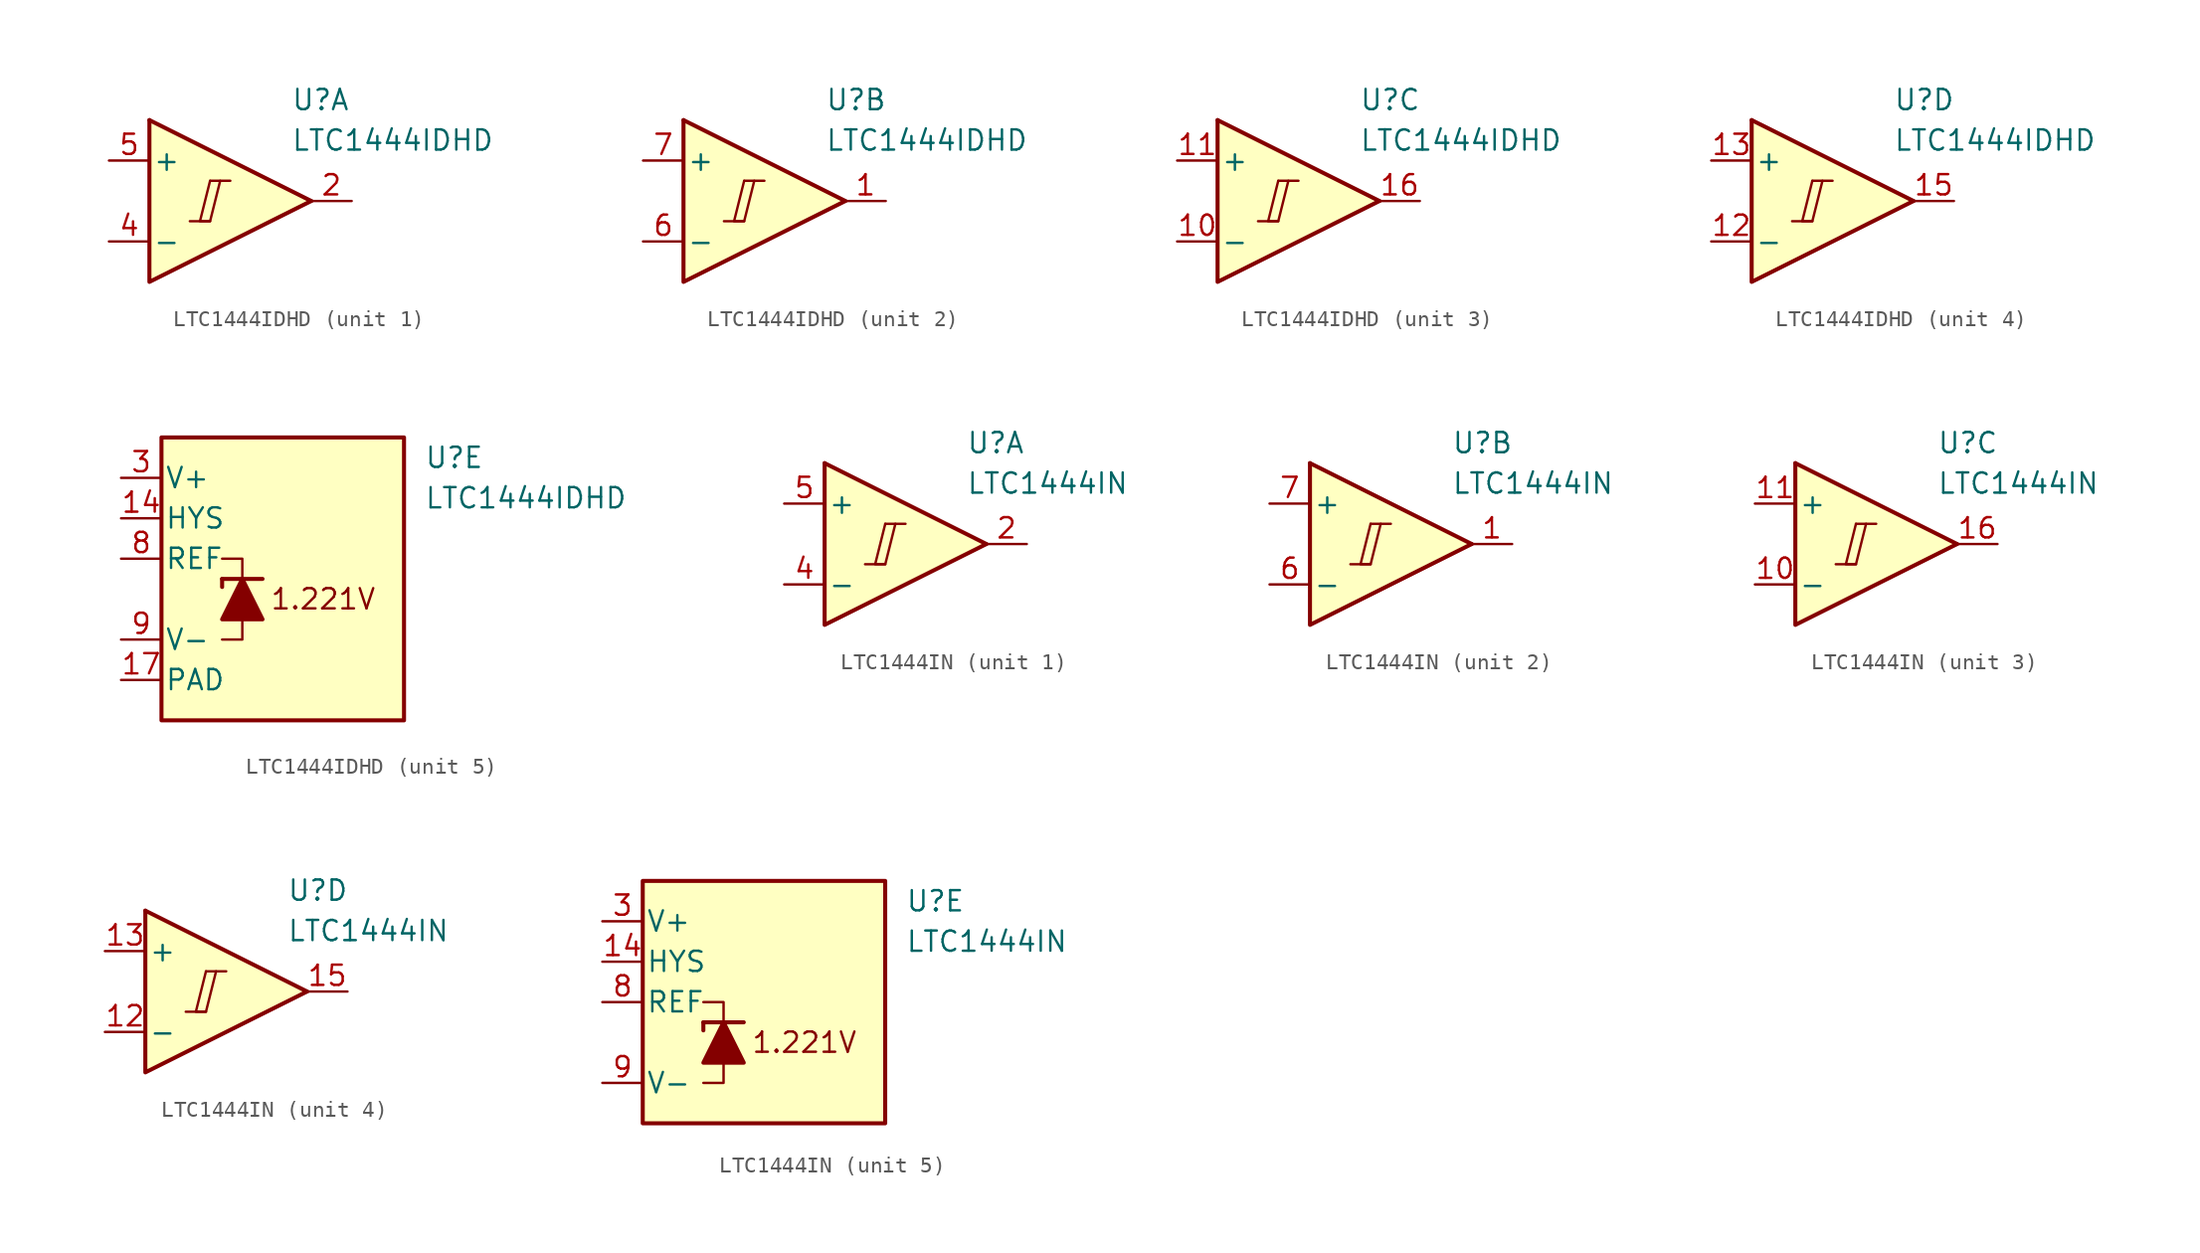
<source format=kicad_sym>
(kicad_symbol_lib
  (version 20211014)
  (generator kicad_symbol_editor)
  (symbol "LTC1444IDHD"
    (pin_names
      (offset 0.2))
    (property "Reference" "U"
      (at 5.08 6.35 0)
      (effects (font (size 1.27 1.27)) (justify left)))
    (property "Value" "LTC1444IDHD"
      (at 5.08 3.81 0)
      (effects (font (size 1.27 1.27)) (justify left)))
    (property "ki_locked" ""
      (at 0 0 0)
      (effects (font (size 1.27 1.27))))
    (symbol "LTC1444IDHD_1_0"
      (polyline (pts (xy -1.27 -1.27) (xy 0 -1.27)) (stroke (width 0.152) (type default) (color 0 0 0 0)) (fill (type none)))
      (polyline (pts (xy 0 1.27) (xy 1.27 1.27)) (stroke (width 0.152) (type default) (color 0 0 0 0)) (fill (type none)))
      (polyline (pts (xy 0 1.27) (xy -0.635 -1.27) (xy 0 -1.27) (xy 0.635 1.27)) (stroke (width 0.152) (type default) (color 0 0 0 0)) (fill (type none))))
    (symbol "LTC1444IDHD_1_1"
      (polyline (pts (xy -3.81 5.08) (xy 6.35 0)) (stroke (width 0.254) (type default) (color 0 0 0 0)) (fill (type none)))
      (polyline (pts (xy -3.81 5.08) (xy -3.81 -5.08) (xy 6.35 0)) (stroke (width 0.254) (type default) (color 0 0 0 0)) (fill (type background)))
      (pin output line (at 8.89 0 180) (length 2.54) (name "~" (effects (font (size 1.27 1.27)))) (number "2" (effects (font (size 1.27 1.27)))))
      (pin input line (at -6.35 -2.54 0) (length 2.54) (name "-" (effects (font (size 1.27 1.27)))) (number "4" (effects (font (size 1.27 1.27)))))
      (pin input line (at -6.35 2.54 0) (length 2.54) (name "+" (effects (font (size 1.27 1.27)))) (number "5" (effects (font (size 1.27 1.27))))))
    (symbol "LTC1444IDHD_2_0"
      (polyline (pts (xy -1.27 -1.27) (xy 0 -1.27)) (stroke (width 0.152) (type default) (color 0 0 0 0)) (fill (type none)))
      (polyline (pts (xy 0 1.27) (xy 1.27 1.27)) (stroke (width 0.152) (type default) (color 0 0 0 0)) (fill (type none)))
      (polyline (pts (xy 0 1.27) (xy -0.635 -1.27) (xy 0 -1.27) (xy 0.635 1.27)) (stroke (width 0.152) (type default) (color 0 0 0 0)) (fill (type none))))
    (symbol "LTC1444IDHD_2_1"
      (polyline (pts (xy -3.81 5.08) (xy 6.35 0)) (stroke (width 0.254) (type default) (color 0 0 0 0)) (fill (type none)))
      (polyline (pts (xy -3.81 5.08) (xy -3.81 -5.08) (xy 6.35 0)) (stroke (width 0.254) (type default) (color 0 0 0 0)) (fill (type background)))
      (pin output line (at 8.89 0 180) (length 2.54) (name "~" (effects (font (size 1.27 1.27)))) (number "1" (effects (font (size 1.27 1.27)))))
      (pin input line (at -6.35 -2.54 0) (length 2.54) (name "-" (effects (font (size 1.27 1.27)))) (number "6" (effects (font (size 1.27 1.27)))))
      (pin input line (at -6.35 2.54 0) (length 2.54) (name "+" (effects (font (size 1.27 1.27)))) (number "7" (effects (font (size 1.27 1.27))))))
    (symbol "LTC1444IDHD_3_0"
      (polyline (pts (xy -1.27 -1.27) (xy 0 -1.27)) (stroke (width 0.152) (type default) (color 0 0 0 0)) (fill (type none)))
      (polyline (pts (xy 0 1.27) (xy 1.27 1.27)) (stroke (width 0.152) (type default) (color 0 0 0 0)) (fill (type none)))
      (polyline (pts (xy 0 1.27) (xy -0.635 -1.27) (xy 0 -1.27) (xy 0.635 1.27)) (stroke (width 0.152) (type default) (color 0 0 0 0)) (fill (type none))))
    (symbol "LTC1444IDHD_3_1"
      (polyline (pts (xy -3.81 5.08) (xy 6.35 0)) (stroke (width 0.254) (type default) (color 0 0 0 0)) (fill (type none)))
      (polyline (pts (xy -3.81 5.08) (xy -3.81 -5.08) (xy 6.35 0)) (stroke (width 0.254) (type default) (color 0 0 0 0)) (fill (type background)))
      (pin input line (at -6.35 -2.54 0) (length 2.54) (name "-" (effects (font (size 1.27 1.27)))) (number "10" (effects (font (size 1.27 1.27)))))
      (pin input line (at -6.35 2.54 0) (length 2.54) (name "+" (effects (font (size 1.27 1.27)))) (number "11" (effects (font (size 1.27 1.27)))))
      (pin output line (at 8.89 0 180) (length 2.54) (name "~" (effects (font (size 1.27 1.27)))) (number "16" (effects (font (size 1.27 1.27))))))
    (symbol "LTC1444IDHD_4_0"
      (polyline (pts (xy -1.27 -1.27) (xy 0 -1.27)) (stroke (width 0.152) (type default) (color 0 0 0 0)) (fill (type none)))
      (polyline (pts (xy 0 1.27) (xy 1.27 1.27)) (stroke (width 0.152) (type default) (color 0 0 0 0)) (fill (type none)))
      (polyline (pts (xy 0 1.27) (xy -0.635 -1.27) (xy 0 -1.27) (xy 0.635 1.27)) (stroke (width 0.152) (type default) (color 0 0 0 0)) (fill (type none))))
    (symbol "LTC1444IDHD_4_1"
      (polyline (pts (xy -3.81 5.08) (xy 6.35 0)) (stroke (width 0.254) (type default) (color 0 0 0 0)) (fill (type none)))
      (polyline (pts (xy -3.81 5.08) (xy -3.81 -5.08) (xy 6.35 0)) (stroke (width 0.254) (type default) (color 0 0 0 0)) (fill (type background)))
      (pin input line (at -6.35 -2.54 0) (length 2.54) (name "-" (effects (font (size 1.27 1.27)))) (number "12" (effects (font (size 1.27 1.27)))))
      (pin input line (at -6.35 2.54 0) (length 2.54) (name "+" (effects (font (size 1.27 1.27)))) (number "13" (effects (font (size 1.27 1.27)))))
      (pin output line (at 8.89 0 180) (length 2.54) (name "~" (effects (font (size 1.27 1.27)))) (number "15" (effects (font (size 1.27 1.27))))))
    (symbol "LTC1444IDHD_5_0"
      (text "1.221V" (at -1.27 -2.54 0) (effects (font (size 1.27 1.27)))))
    (symbol "LTC1444IDHD_5_1"
      (rectangle (start -11.43 7.62) (end 3.81 -10.16) (stroke (width 0.254) (type default) (color 0 0 0 0)) (fill (type background)))
      (polyline (pts (xy -7.62 -1.27) (xy -7.62 -1.778)) (stroke (width 0.254) (type default) (color 0 0 0 0)) (fill (type none)))
      (polyline (pts (xy -7.62 -1.27) (xy -5.08 -1.27)) (stroke (width 0.254) (type default) (color 0 0 0 0)) (fill (type none)))
      (polyline (pts (xy -6.35 -3.81) (xy -6.35 -5.08) (xy -7.62 -5.08)) (stroke (width 0) (type default) (color 0 0 0 0)) (fill (type none)))
      (polyline (pts (xy -6.35 -1.27) (xy -6.35 0) (xy -7.62 0)) (stroke (width 0) (type default) (color 0 0 0 0)) (fill (type none)))
      (polyline (pts (xy -5.08 -3.81) (xy -7.62 -3.81) (xy -6.35 -1.27) (xy -5.08 -3.81)) (stroke (width 0.254) (type default) (color 0 0 0 0)) (fill (type outline)))
      (pin input line (at -13.97 2.54 0) (length 2.54) (name "HYS" (effects (font (size 1.27 1.27)))) (number "14" (effects (font (size 1.27 1.27)))))
      (pin power_in line (at -13.97 -7.62 0) (length 2.54) (name "PAD" (effects (font (size 1.27 1.27)))) (number "17" (effects (font (size 1.27 1.27)))))
      (pin power_in line (at -13.97 5.08 0) (length 2.54) (name "V+" (effects (font (size 1.27 1.27)))) (number "3" (effects (font (size 1.27 1.27)))))
      (pin output line (at -13.97 0 0) (length 2.54) (name "REF" (effects (font (size 1.27 1.27)))) (number "8" (effects (font (size 1.27 1.27)))))
      (pin power_in line (at -13.97 -5.08 0) (length 2.54) (name "V-" (effects (font (size 1.27 1.27)))) (number "9" (effects (font (size 1.27 1.27)))))))
  (symbol "LTC1444IN"
    (pin_names
      (offset 0.2))
    (property "Reference" "U"
      (at 5.08 6.35 0)
      (effects (font (size 1.27 1.27)) (justify left)))
    (property "Value" "LTC1444IN"
      (at 5.08 3.81 0)
      (effects (font (size 1.27 1.27)) (justify left)))
    (property "ki_locked" ""
      (at 0 0 0)
      (effects (font (size 1.27 1.27))))
    (symbol "LTC1444IN_1_0"
      (polyline (pts (xy -1.27 -1.27) (xy 0 -1.27)) (stroke (width 0.152) (type default) (color 0 0 0 0)) (fill (type none)))
      (polyline (pts (xy 0 1.27) (xy 1.27 1.27)) (stroke (width 0.152) (type default) (color 0 0 0 0)) (fill (type none)))
      (polyline (pts (xy 0 1.27) (xy -0.635 -1.27) (xy 0 -1.27) (xy 0.635 1.27)) (stroke (width 0.152) (type default) (color 0 0 0 0)) (fill (type none))))
    (symbol "LTC1444IN_1_1"
      (polyline (pts (xy -3.81 5.08) (xy 6.35 0)) (stroke (width 0.254) (type default) (color 0 0 0 0)) (fill (type none)))
      (polyline (pts (xy -3.81 5.08) (xy -3.81 -5.08) (xy 6.35 0)) (stroke (width 0.254) (type default) (color 0 0 0 0)) (fill (type background)))
      (pin output line (at 8.89 0 180) (length 2.54) (name "~" (effects (font (size 1.27 1.27)))) (number "2" (effects (font (size 1.27 1.27)))))
      (pin input line (at -6.35 -2.54 0) (length 2.54) (name "-" (effects (font (size 1.27 1.27)))) (number "4" (effects (font (size 1.27 1.27)))))
      (pin input line (at -6.35 2.54 0) (length 2.54) (name "+" (effects (font (size 1.27 1.27)))) (number "5" (effects (font (size 1.27 1.27))))))
    (symbol "LTC1444IN_2_0"
      (polyline (pts (xy -1.27 -1.27) (xy 0 -1.27)) (stroke (width 0.152) (type default) (color 0 0 0 0)) (fill (type none)))
      (polyline (pts (xy 0 1.27) (xy 1.27 1.27)) (stroke (width 0.152) (type default) (color 0 0 0 0)) (fill (type none)))
      (polyline (pts (xy 0 1.27) (xy -0.635 -1.27) (xy 0 -1.27) (xy 0.635 1.27)) (stroke (width 0.152) (type default) (color 0 0 0 0)) (fill (type none))))
    (symbol "LTC1444IN_2_1"
      (polyline (pts (xy -3.81 5.08) (xy 6.35 0)) (stroke (width 0.254) (type default) (color 0 0 0 0)) (fill (type none)))
      (polyline (pts (xy -3.81 5.08) (xy -3.81 -5.08) (xy 6.35 0)) (stroke (width 0.254) (type default) (color 0 0 0 0)) (fill (type background)))
      (pin output line (at 8.89 0 180) (length 2.54) (name "~" (effects (font (size 1.27 1.27)))) (number "1" (effects (font (size 1.27 1.27)))))
      (pin input line (at -6.35 -2.54 0) (length 2.54) (name "-" (effects (font (size 1.27 1.27)))) (number "6" (effects (font (size 1.27 1.27)))))
      (pin input line (at -6.35 2.54 0) (length 2.54) (name "+" (effects (font (size 1.27 1.27)))) (number "7" (effects (font (size 1.27 1.27))))))
    (symbol "LTC1444IN_3_0"
      (polyline (pts (xy -1.27 -1.27) (xy 0 -1.27)) (stroke (width 0.152) (type default) (color 0 0 0 0)) (fill (type none)))
      (polyline (pts (xy 0 1.27) (xy 1.27 1.27)) (stroke (width 0.152) (type default) (color 0 0 0 0)) (fill (type none)))
      (polyline (pts (xy 0 1.27) (xy -0.635 -1.27) (xy 0 -1.27) (xy 0.635 1.27)) (stroke (width 0.152) (type default) (color 0 0 0 0)) (fill (type none))))
    (symbol "LTC1444IN_3_1"
      (polyline (pts (xy -3.81 5.08) (xy 6.35 0)) (stroke (width 0.254) (type default) (color 0 0 0 0)) (fill (type none)))
      (polyline (pts (xy -3.81 5.08) (xy -3.81 -5.08) (xy 6.35 0)) (stroke (width 0.254) (type default) (color 0 0 0 0)) (fill (type background)))
      (pin input line (at -6.35 -2.54 0) (length 2.54) (name "-" (effects (font (size 1.27 1.27)))) (number "10" (effects (font (size 1.27 1.27)))))
      (pin input line (at -6.35 2.54 0) (length 2.54) (name "+" (effects (font (size 1.27 1.27)))) (number "11" (effects (font (size 1.27 1.27)))))
      (pin output line (at 8.89 0 180) (length 2.54) (name "~" (effects (font (size 1.27 1.27)))) (number "16" (effects (font (size 1.27 1.27))))))
    (symbol "LTC1444IN_4_0"
      (polyline (pts (xy -1.27 -1.27) (xy 0 -1.27)) (stroke (width 0.152) (type default) (color 0 0 0 0)) (fill (type none)))
      (polyline (pts (xy 0 1.27) (xy 1.27 1.27)) (stroke (width 0.152) (type default) (color 0 0 0 0)) (fill (type none)))
      (polyline (pts (xy 0 1.27) (xy -0.635 -1.27) (xy 0 -1.27) (xy 0.635 1.27)) (stroke (width 0.152) (type default) (color 0 0 0 0)) (fill (type none))))
    (symbol "LTC1444IN_4_1"
      (polyline (pts (xy -3.81 5.08) (xy 6.35 0)) (stroke (width 0.254) (type default) (color 0 0 0 0)) (fill (type none)))
      (polyline (pts (xy -3.81 5.08) (xy -3.81 -5.08) (xy 6.35 0)) (stroke (width 0.254) (type default) (color 0 0 0 0)) (fill (type background)))
      (pin input line (at -6.35 -2.54 0) (length 2.54) (name "-" (effects (font (size 1.27 1.27)))) (number "12" (effects (font (size 1.27 1.27)))))
      (pin input line (at -6.35 2.54 0) (length 2.54) (name "+" (effects (font (size 1.27 1.27)))) (number "13" (effects (font (size 1.27 1.27)))))
      (pin output line (at 8.89 0 180) (length 2.54) (name "~" (effects (font (size 1.27 1.27)))) (number "15" (effects (font (size 1.27 1.27))))))
    (symbol "LTC1444IN_5_0"
      (text "1.221V" (at -1.27 -2.54 0) (effects (font (size 1.27 1.27)))))
    (symbol "LTC1444IN_5_1"
      (rectangle (start -11.43 7.62) (end 3.81 -7.62) (stroke (width 0.254) (type default) (color 0 0 0 0)) (fill (type background)))
      (polyline (pts (xy -7.62 -1.27) (xy -7.62 -1.778)) (stroke (width 0.254) (type default) (color 0 0 0 0)) (fill (type none)))
      (polyline (pts (xy -7.62 -1.27) (xy -5.08 -1.27)) (stroke (width 0.254) (type default) (color 0 0 0 0)) (fill (type none)))
      (polyline (pts (xy -6.35 -3.81) (xy -6.35 -5.08) (xy -7.62 -5.08)) (stroke (width 0) (type default) (color 0 0 0 0)) (fill (type none)))
      (polyline (pts (xy -6.35 -1.27) (xy -6.35 0) (xy -7.62 0)) (stroke (width 0) (type default) (color 0 0 0 0)) (fill (type none)))
      (polyline (pts (xy -5.08 -3.81) (xy -7.62 -3.81) (xy -6.35 -1.27) (xy -5.08 -3.81)) (stroke (width 0.254) (type default) (color 0 0 0 0)) (fill (type outline)))
      (pin input line (at -13.97 2.54 0) (length 2.54) (name "HYS" (effects (font (size 1.27 1.27)))) (number "14" (effects (font (size 1.27 1.27)))))
      (pin power_in line (at -13.97 5.08 0) (length 2.54) (name "V+" (effects (font (size 1.27 1.27)))) (number "3" (effects (font (size 1.27 1.27)))))
      (pin output line (at -13.97 0 0) (length 2.54) (name "REF" (effects (font (size 1.27 1.27)))) (number "8" (effects (font (size 1.27 1.27)))))
      (pin power_in line (at -13.97 -5.08 0) (length 2.54) (name "V-" (effects (font (size 1.27 1.27)))) (number "9" (effects (font (size 1.27 1.27))))))))
</source>
